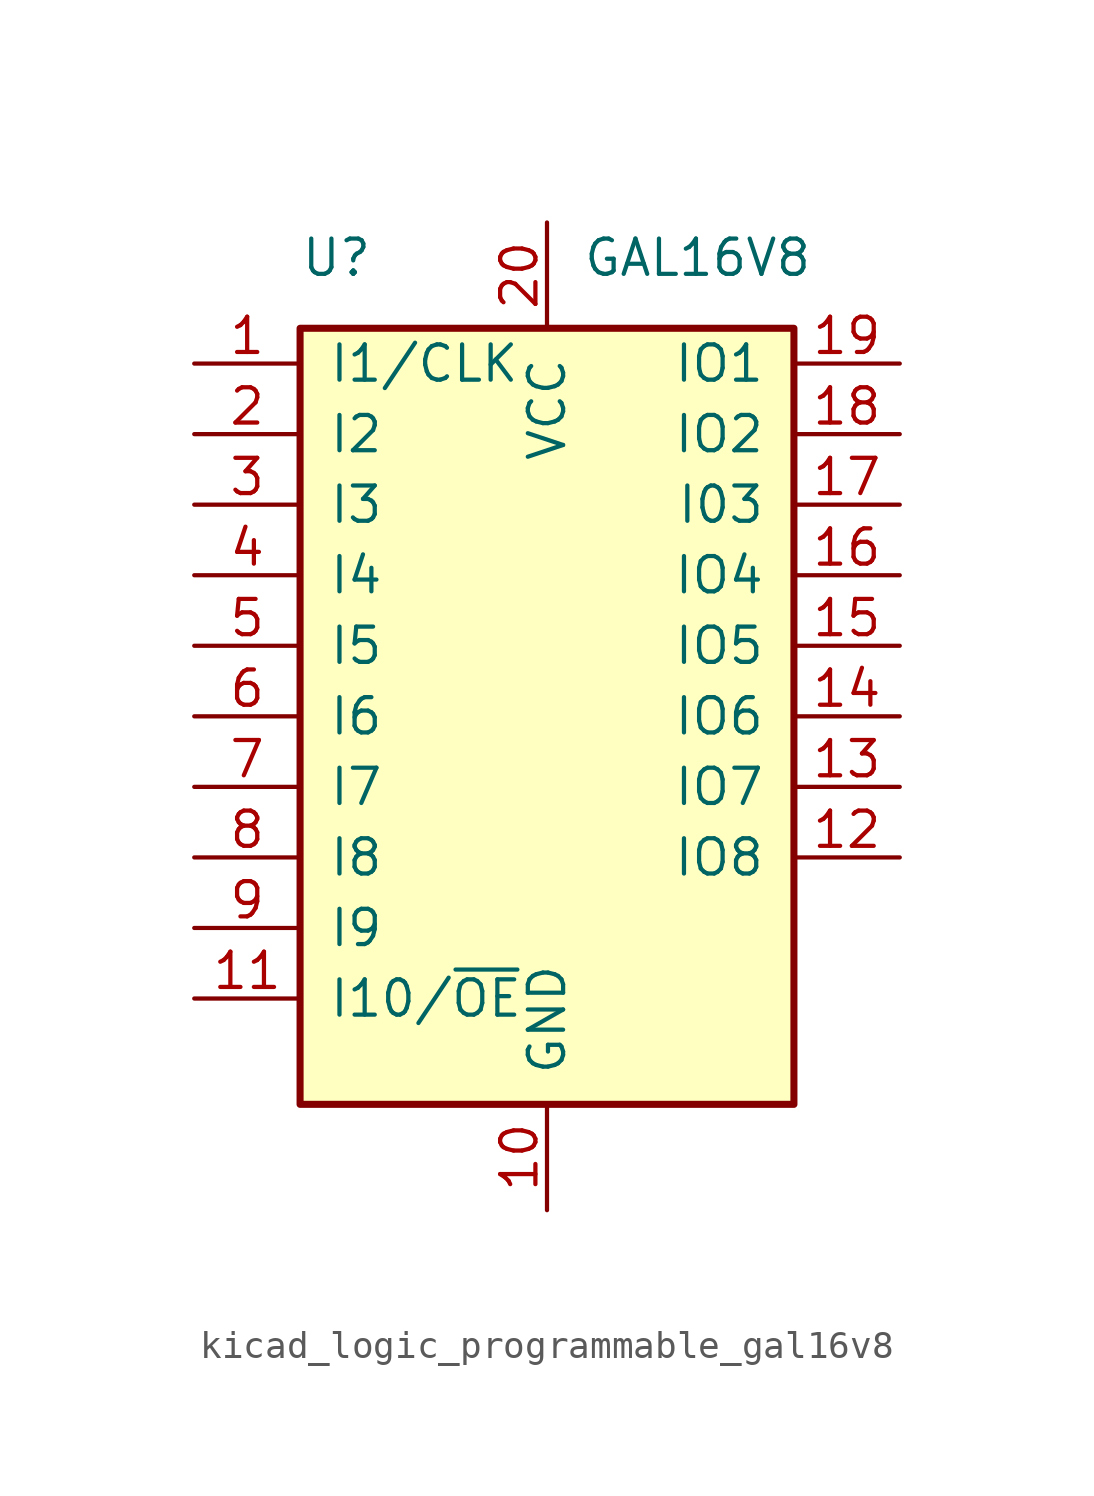
<source format=kicad_sym>
(kicad_symbol_lib
  (version 20220914)
  (generator kicad_symbol_editor)
  (symbol "kicad_logic_programmable_gal16v8"
    (pin_names
      (offset 1.016))
    (property "Reference" "U"
      (at -8.89 16.51 0)
      (effects (font (size 1.27 1.27)) (justify left)))
    (property "Value" "GAL16V8"
      (at 1.27 16.51 0)
      (effects (font (size 1.27 1.27)) (justify left)))
    (symbol "kicad_logic_programmable_gal16v8_0_0"
      (pin power_in line (at 0 -17.78 90) (length 3.81) (name "GND" (effects (font (size 1.27 1.27)))) (number "10" (effects (font (size 1.27 1.27)))))
      (pin power_in line (at 0 17.78 270) (length 3.81) (name "VCC" (effects (font (size 1.27 1.27)))) (number "20" (effects (font (size 1.27 1.27))))))
    (symbol "kicad_logic_programmable_gal16v8_0_1"
      (rectangle (start -8.89 13.97) (end 8.89 -13.97) (stroke (width 0.254) (type default)) (fill (type background))))
    (symbol "kicad_logic_programmable_gal16v8_1_1"
      (pin input line (at -12.7 12.7 0) (length 3.81) (name "I1/CLK" (effects (font (size 1.27 1.27)))) (number "1" (effects (font (size 1.27 1.27)))))
      (pin input line (at -12.7 -10.16 0) (length 3.81) (name "I10/~{OE}" (effects (font (size 1.27 1.27)))) (number "11" (effects (font (size 1.27 1.27)))))
      (pin tri_state line (at 12.7 -5.08 180) (length 3.81) (name "IO8" (effects (font (size 1.27 1.27)))) (number "12" (effects (font (size 1.27 1.27)))))
      (pin tri_state line (at 12.7 -2.54 180) (length 3.81) (name "IO7" (effects (font (size 1.27 1.27)))) (number "13" (effects (font (size 1.27 1.27)))))
      (pin tri_state line (at 12.7 0 180) (length 3.81) (name "IO6" (effects (font (size 1.27 1.27)))) (number "14" (effects (font (size 1.27 1.27)))))
      (pin tri_state line (at 12.7 2.54 180) (length 3.81) (name "IO5" (effects (font (size 1.27 1.27)))) (number "15" (effects (font (size 1.27 1.27)))))
      (pin tri_state line (at 12.7 5.08 180) (length 3.81) (name "IO4" (effects (font (size 1.27 1.27)))) (number "16" (effects (font (size 1.27 1.27)))))
      (pin tri_state line (at 12.7 7.62 180) (length 3.81) (name "I03" (effects (font (size 1.27 1.27)))) (number "17" (effects (font (size 1.27 1.27)))))
      (pin tri_state line (at 12.7 10.16 180) (length 3.81) (name "IO2" (effects (font (size 1.27 1.27)))) (number "18" (effects (font (size 1.27 1.27)))))
      (pin tri_state line (at 12.7 12.7 180) (length 3.81) (name "IO1" (effects (font (size 1.27 1.27)))) (number "19" (effects (font (size 1.27 1.27)))))
      (pin input line (at -12.7 10.16 0) (length 3.81) (name "I2" (effects (font (size 1.27 1.27)))) (number "2" (effects (font (size 1.27 1.27)))))
      (pin input line (at -12.7 7.62 0) (length 3.81) (name "I3" (effects (font (size 1.27 1.27)))) (number "3" (effects (font (size 1.27 1.27)))))
      (pin input line (at -12.7 5.08 0) (length 3.81) (name "I4" (effects (font (size 1.27 1.27)))) (number "4" (effects (font (size 1.27 1.27)))))
      (pin input line (at -12.7 2.54 0) (length 3.81) (name "I5" (effects (font (size 1.27 1.27)))) (number "5" (effects (font (size 1.27 1.27)))))
      (pin input line (at -12.7 0 0) (length 3.81) (name "I6" (effects (font (size 1.27 1.27)))) (number "6" (effects (font (size 1.27 1.27)))))
      (pin input line (at -12.7 -2.54 0) (length 3.81) (name "I7" (effects (font (size 1.27 1.27)))) (number "7" (effects (font (size 1.27 1.27)))))
      (pin input line (at -12.7 -5.08 0) (length 3.81) (name "I8" (effects (font (size 1.27 1.27)))) (number "8" (effects (font (size 1.27 1.27)))))
      (pin input line (at -12.7 -7.62 0) (length 3.81) (name "I9" (effects (font (size 1.27 1.27)))) (number "9" (effects (font (size 1.27 1.27))))))))
</source>
